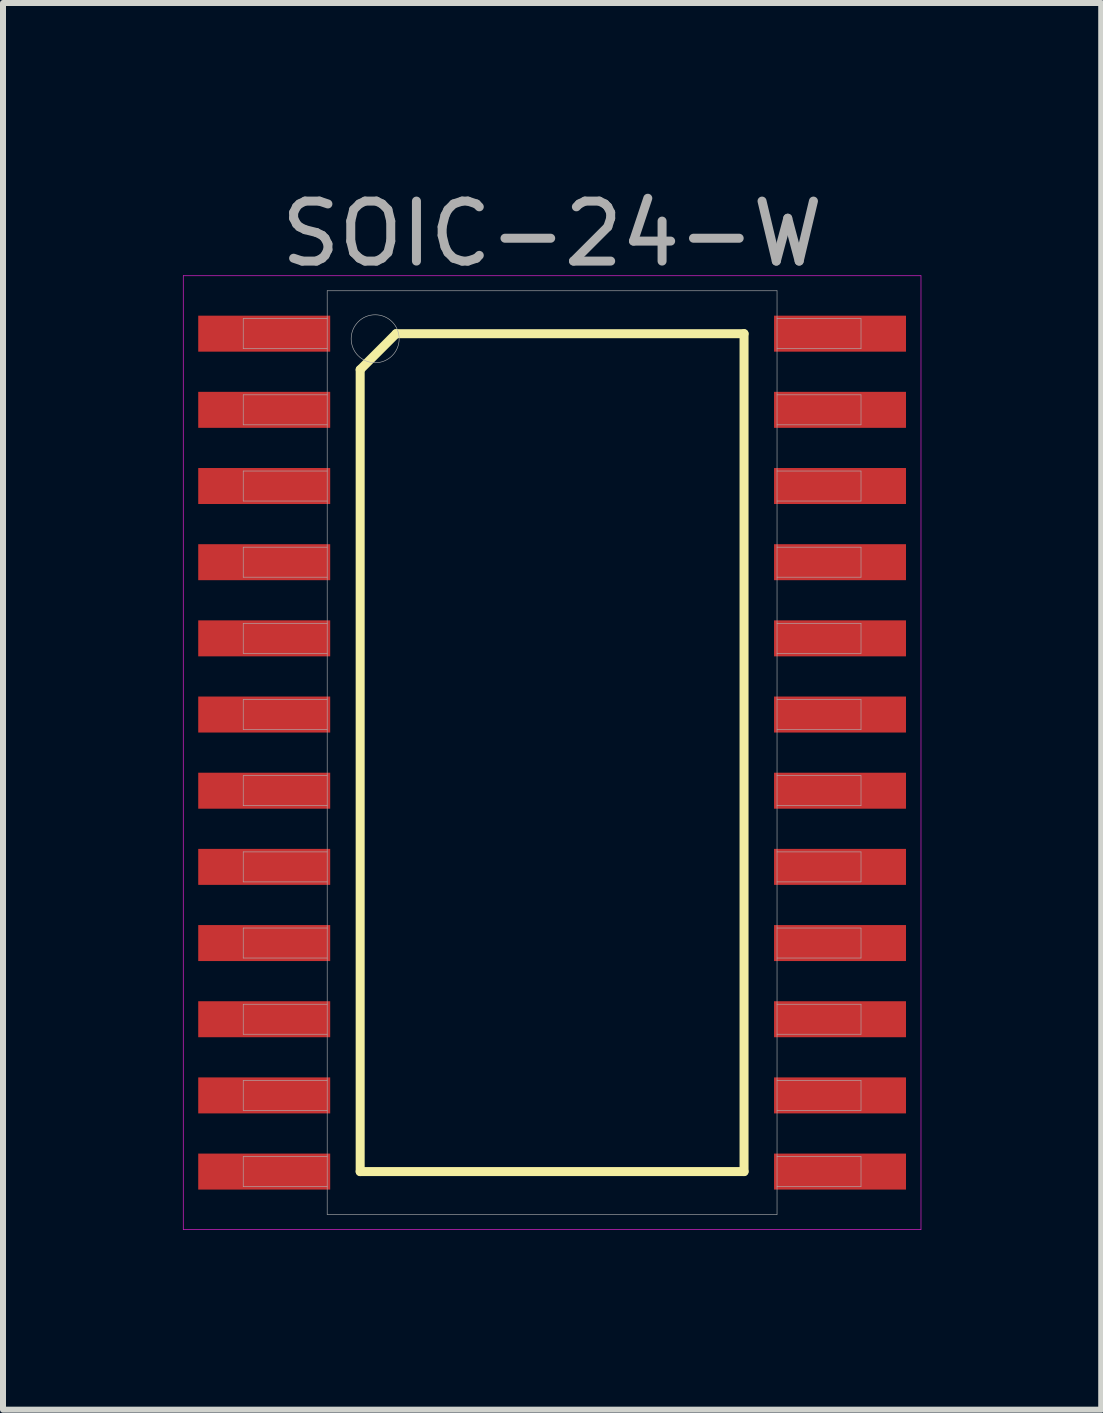
<source format=kicad_pcb>
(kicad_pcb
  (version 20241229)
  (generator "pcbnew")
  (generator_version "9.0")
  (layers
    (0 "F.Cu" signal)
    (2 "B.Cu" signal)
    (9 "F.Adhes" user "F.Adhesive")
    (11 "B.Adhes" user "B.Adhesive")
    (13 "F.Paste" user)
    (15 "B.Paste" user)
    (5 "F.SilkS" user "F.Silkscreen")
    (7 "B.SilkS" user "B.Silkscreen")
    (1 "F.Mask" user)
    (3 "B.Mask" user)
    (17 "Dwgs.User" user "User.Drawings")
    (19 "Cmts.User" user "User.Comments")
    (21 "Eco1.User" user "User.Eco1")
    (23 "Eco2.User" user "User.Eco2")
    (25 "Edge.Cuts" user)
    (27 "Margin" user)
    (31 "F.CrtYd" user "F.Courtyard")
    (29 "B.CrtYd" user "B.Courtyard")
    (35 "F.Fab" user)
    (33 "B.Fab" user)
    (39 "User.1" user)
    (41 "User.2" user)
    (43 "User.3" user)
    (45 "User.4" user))
  (footprint "SOIC-24-W"
    (layer "F.Cu")
    (at 6.155 9.498)
    (property "Reference" "SOIC-24-W" (at 0 -8.65 0) (layer "F.Fab") (effects (font (size 1 1) (thickness 0.15))))
    (attr through_hole)
    (fp_line (start -3.2 -6.385) (end -2.6 -6.985) (stroke (width 0.15) (type solid)) (layer "F.SilkS"))
    (fp_line (start -3.2 6.985) (end -3.2 -6.385) (stroke (width 0.15) (type solid)) (layer "F.SilkS"))
    (fp_line (start -2.6 -6.985) (end 3.2 -6.985) (stroke (width 0.15) (type solid)) (layer "F.SilkS"))
    (fp_line (start 3.2 -6.985) (end 3.2 6.985) (stroke (width 0.15) (type solid)) (layer "F.SilkS"))
    (fp_line (start 3.2 6.985) (end -3.2 6.985) (stroke (width 0.15) (type solid)) (layer "F.SilkS"))
    (fp_line (start -6.15 -7.95) (end 6.15 -7.95) (stroke (width 0.01) (type solid)) (layer "F.CrtYd"))
    (fp_line (start -6.15 7.95) (end -6.15 -7.95) (stroke (width 0.01) (type solid)) (layer "F.CrtYd"))
    (fp_line (start 6.15 -7.95) (end 6.15 7.95) (stroke (width 0.01) (type solid)) (layer "F.CrtYd"))
    (fp_line (start 6.15 7.95) (end -6.15 7.95) (stroke (width 0.01) (type solid)) (layer "F.CrtYd"))
    (fp_line (start -5.15 -7.235) (end -3.75 -7.235) (stroke (width 0.01) (type solid)) (layer "F.Fab"))
    (fp_line (start -5.15 -6.735) (end -5.15 -7.235) (stroke (width 0.01) (type solid)) (layer "F.Fab"))
    (fp_line (start -5.15 -5.965) (end -3.75 -5.965) (stroke (width 0.01) (type solid)) (layer "F.Fab"))
    (fp_line (start -5.15 -5.465) (end -5.15 -5.965) (stroke (width 0.01) (type solid)) (layer "F.Fab"))
    (fp_line (start -5.15 -4.695) (end -3.75 -4.695) (stroke (width 0.01) (type solid)) (layer "F.Fab"))
    (fp_line (start -5.15 -4.195) (end -5.15 -4.695) (stroke (width 0.01) (type solid)) (layer "F.Fab"))
    (fp_line (start -5.15 -3.425) (end -3.75 -3.425) (stroke (width 0.01) (type solid)) (layer "F.Fab"))
    (fp_line (start -5.15 -2.925) (end -5.15 -3.425) (stroke (width 0.01) (type solid)) (layer "F.Fab"))
    (fp_line (start -5.15 -2.155) (end -3.75 -2.155) (stroke (width 0.01) (type solid)) (layer "F.Fab"))
    (fp_line (start -5.15 -1.655) (end -5.15 -2.155) (stroke (width 0.01) (type solid)) (layer "F.Fab"))
    (fp_line (start -5.15 -0.885) (end -3.75 -0.885) (stroke (width 0.01) (type solid)) (layer "F.Fab"))
    (fp_line (start -5.15 -0.385) (end -5.15 -0.885) (stroke (width 0.01) (type solid)) (layer "F.Fab"))
    (fp_line (start -5.15 0.385) (end -3.75 0.385) (stroke (width 0.01) (type solid)) (layer "F.Fab"))
    (fp_line (start -5.15 0.885) (end -5.15 0.385) (stroke (width 0.01) (type solid)) (layer "F.Fab"))
    (fp_line (start -5.15 1.655) (end -3.75 1.655) (stroke (width 0.01) (type solid)) (layer "F.Fab"))
    (fp_line (start -5.15 2.155) (end -5.15 1.655) (stroke (width 0.01) (type solid)) (layer "F.Fab"))
    (fp_line (start -5.15 2.925) (end -3.75 2.925) (stroke (width 0.01) (type solid)) (layer "F.Fab"))
    (fp_line (start -5.15 3.425) (end -5.15 2.925) (stroke (width 0.01) (type solid)) (layer "F.Fab"))
    (fp_line (start -5.15 4.195) (end -3.75 4.195) (stroke (width 0.01) (type solid)) (layer "F.Fab"))
    (fp_line (start -5.15 4.695) (end -5.15 4.195) (stroke (width 0.01) (type solid)) (layer "F.Fab"))
    (fp_line (start -5.15 5.465) (end -3.75 5.465) (stroke (width 0.01) (type solid)) (layer "F.Fab"))
    (fp_line (start -5.15 5.965) (end -5.15 5.465) (stroke (width 0.01) (type solid)) (layer "F.Fab"))
    (fp_line (start -5.15 6.735) (end -3.75 6.735) (stroke (width 0.01) (type solid)) (layer "F.Fab"))
    (fp_line (start -5.15 7.235) (end -5.15 6.735) (stroke (width 0.01) (type solid)) (layer "F.Fab"))
    (fp_line (start -3.75 -7.7) (end 3.75 -7.7) (stroke (width 0.01) (type solid)) (layer "F.Fab"))
    (fp_line (start -3.75 -6.735) (end -5.15 -6.735) (stroke (width 0.01) (type solid)) (layer "F.Fab"))
    (fp_line (start -3.75 -5.465) (end -5.15 -5.465) (stroke (width 0.01) (type solid)) (layer "F.Fab"))
    (fp_line (start -3.75 -4.195) (end -5.15 -4.195) (stroke (width 0.01) (type solid)) (layer "F.Fab"))
    (fp_line (start -3.75 -2.925) (end -5.15 -2.925) (stroke (width 0.01) (type solid)) (layer "F.Fab"))
    (fp_line (start -3.75 -1.655) (end -5.15 -1.655) (stroke (width 0.01) (type solid)) (layer "F.Fab"))
    (fp_line (start -3.75 -0.385) (end -5.15 -0.385) (stroke (width 0.01) (type solid)) (layer "F.Fab"))
    (fp_line (start -3.75 0.885) (end -5.15 0.885) (stroke (width 0.01) (type solid)) (layer "F.Fab"))
    (fp_line (start -3.75 2.155) (end -5.15 2.155) (stroke (width 0.01) (type solid)) (layer "F.Fab"))
    (fp_line (start -3.75 3.425) (end -5.15 3.425) (stroke (width 0.01) (type solid)) (layer "F.Fab"))
    (fp_line (start -3.75 4.695) (end -5.15 4.695) (stroke (width 0.01) (type solid)) (layer "F.Fab"))
    (fp_line (start -3.75 5.965) (end -5.15 5.965) (stroke (width 0.01) (type solid)) (layer "F.Fab"))
    (fp_line (start -3.75 7.235) (end -5.15 7.235) (stroke (width 0.01) (type solid)) (layer "F.Fab"))
    (fp_line (start -3.75 7.7) (end -3.75 -7.7) (stroke (width 0.01) (type solid)) (layer "F.Fab"))
    (fp_line (start 3.75 -7.7) (end 3.75 7.7) (stroke (width 0.01) (type solid)) (layer "F.Fab"))
    (fp_line (start 3.75 -7.235) (end 5.15 -7.235) (stroke (width 0.01) (type solid)) (layer "F.Fab"))
    (fp_line (start 3.75 -5.965) (end 5.15 -5.965) (stroke (width 0.01) (type solid)) (layer "F.Fab"))
    (fp_line (start 3.75 -4.695) (end 5.15 -4.695) (stroke (width 0.01) (type solid)) (layer "F.Fab"))
    (fp_line (start 3.75 -3.425) (end 5.15 -3.425) (stroke (width 0.01) (type solid)) (layer "F.Fab"))
    (fp_line (start 3.75 -2.155) (end 5.15 -2.155) (stroke (width 0.01) (type solid)) (layer "F.Fab"))
    (fp_line (start 3.75 -0.885) (end 5.15 -0.885) (stroke (width 0.01) (type solid)) (layer "F.Fab"))
    (fp_line (start 3.75 0.385) (end 5.15 0.385) (stroke (width 0.01) (type solid)) (layer "F.Fab"))
    (fp_line (start 3.75 1.655) (end 5.15 1.655) (stroke (width 0.01) (type solid)) (layer "F.Fab"))
    (fp_line (start 3.75 2.925) (end 5.15 2.925) (stroke (width 0.01) (type solid)) (layer "F.Fab"))
    (fp_line (start 3.75 4.195) (end 5.15 4.195) (stroke (width 0.01) (type solid)) (layer "F.Fab"))
    (fp_line (start 3.75 5.465) (end 5.15 5.465) (stroke (width 0.01) (type solid)) (layer "F.Fab"))
    (fp_line (start 3.75 6.735) (end 5.15 6.735) (stroke (width 0.01) (type solid)) (layer "F.Fab"))
    (fp_line (start 3.75 7.7) (end -3.75 7.7) (stroke (width 0.01) (type solid)) (layer "F.Fab"))
    (fp_line (start 5.15 -7.235) (end 5.15 -6.735) (stroke (width 0.01) (type solid)) (layer "F.Fab"))
    (fp_line (start 5.15 -6.735) (end 3.75 -6.735) (stroke (width 0.01) (type solid)) (layer "F.Fab"))
    (fp_line (start 5.15 -5.965) (end 5.15 -5.465) (stroke (width 0.01) (type solid)) (layer "F.Fab"))
    (fp_line (start 5.15 -5.465) (end 3.75 -5.465) (stroke (width 0.01) (type solid)) (layer "F.Fab"))
    (fp_line (start 5.15 -4.695) (end 5.15 -4.195) (stroke (width 0.01) (type solid)) (layer "F.Fab"))
    (fp_line (start 5.15 -4.195) (end 3.75 -4.195) (stroke (width 0.01) (type solid)) (layer "F.Fab"))
    (fp_line (start 5.15 -3.425) (end 5.15 -2.925) (stroke (width 0.01) (type solid)) (layer "F.Fab"))
    (fp_line (start 5.15 -2.925) (end 3.75 -2.925) (stroke (width 0.01) (type solid)) (layer "F.Fab"))
    (fp_line (start 5.15 -2.155) (end 5.15 -1.655) (stroke (width 0.01) (type solid)) (layer "F.Fab"))
    (fp_line (start 5.15 -1.655) (end 3.75 -1.655) (stroke (width 0.01) (type solid)) (layer "F.Fab"))
    (fp_line (start 5.15 -0.885) (end 5.15 -0.385) (stroke (width 0.01) (type solid)) (layer "F.Fab"))
    (fp_line (start 5.15 -0.385) (end 3.75 -0.385) (stroke (width 0.01) (type solid)) (layer "F.Fab"))
    (fp_line (start 5.15 0.385) (end 5.15 0.885) (stroke (width 0.01) (type solid)) (layer "F.Fab"))
    (fp_line (start 5.15 0.885) (end 3.75 0.885) (stroke (width 0.01) (type solid)) (layer "F.Fab"))
    (fp_line (start 5.15 1.655) (end 5.15 2.155) (stroke (width 0.01) (type solid)) (layer "F.Fab"))
    (fp_line (start 5.15 2.155) (end 3.75 2.155) (stroke (width 0.01) (type solid)) (layer "F.Fab"))
    (fp_line (start 5.15 2.925) (end 5.15 3.425) (stroke (width 0.01) (type solid)) (layer "F.Fab"))
    (fp_line (start 5.15 3.425) (end 3.75 3.425) (stroke (width 0.01) (type solid)) (layer "F.Fab"))
    (fp_line (start 5.15 4.195) (end 5.15 4.695) (stroke (width 0.01) (type solid)) (layer "F.Fab"))
    (fp_line (start 5.15 4.695) (end 3.75 4.695) (stroke (width 0.01) (type solid)) (layer "F.Fab"))
    (fp_line (start 5.15 5.465) (end 5.15 5.965) (stroke (width 0.01) (type solid)) (layer "F.Fab"))
    (fp_line (start 5.15 5.965) (end 3.75 5.965) (stroke (width 0.01) (type solid)) (layer "F.Fab"))
    (fp_line (start 5.15 6.735) (end 5.15 7.235) (stroke (width 0.01) (type solid)) (layer "F.Fab"))
    (fp_line (start 5.15 7.235) (end 3.75 7.235) (stroke (width 0.01) (type solid)) (layer "F.Fab"))
    (fp_circle (center -2.95 -6.9) (end -2.95 -6.5) (stroke (width 0.01) (type solid)) (fill no) (layer "F.Fab"))
    (pad "1" smd rect (at -4.8 -6.985) (size 2.2 0.6) (layers "F.Cu" "F.Mask" "F.Paste"))
    (pad "2" smd rect (at -4.8 -5.715) (size 2.2 0.6) (layers "F.Cu" "F.Mask" "F.Paste"))
    (pad "3" smd rect (at -4.8 -4.445) (size 2.2 0.6) (layers "F.Cu" "F.Mask" "F.Paste"))
    (pad "4" smd rect (at -4.8 -3.175) (size 2.2 0.6) (layers "F.Cu" "F.Mask" "F.Paste"))
    (pad "5" smd rect (at -4.8 -1.905) (size 2.2 0.6) (layers "F.Cu" "F.Mask" "F.Paste"))
    (pad "6" smd rect (at -4.8 -0.635) (size 2.2 0.6) (layers "F.Cu" "F.Mask" "F.Paste"))
    (pad "7" smd rect (at -4.8 0.635) (size 2.2 0.6) (layers "F.Cu" "F.Mask" "F.Paste"))
    (pad "8" smd rect (at -4.8 1.905) (size 2.2 0.6) (layers "F.Cu" "F.Mask" "F.Paste"))
    (pad "9" smd rect (at -4.8 3.175) (size 2.2 0.6) (layers "F.Cu" "F.Mask" "F.Paste"))
    (pad "10" smd rect (at -4.8 4.445) (size 2.2 0.6) (layers "F.Cu" "F.Mask" "F.Paste"))
    (pad "11" smd rect (at -4.8 5.715) (size 2.2 0.6) (layers "F.Cu" "F.Mask" "F.Paste"))
    (pad "12" smd rect (at -4.8 6.985) (size 2.2 0.6) (layers "F.Cu" "F.Mask" "F.Paste"))
    (pad "13" smd rect (at 4.8 6.985) (size 2.2 0.6) (layers "F.Cu" "F.Mask" "F.Paste"))
    (pad "14" smd rect (at 4.8 5.715) (size 2.2 0.6) (layers "F.Cu" "F.Mask" "F.Paste"))
    (pad "15" smd rect (at 4.8 4.445) (size 2.2 0.6) (layers "F.Cu" "F.Mask" "F.Paste"))
    (pad "16" smd rect (at 4.8 3.175) (size 2.2 0.6) (layers "F.Cu" "F.Mask" "F.Paste"))
    (pad "17" smd rect (at 4.8 1.905) (size 2.2 0.6) (layers "F.Cu" "F.Mask" "F.Paste"))
    (pad "18" smd rect (at 4.8 0.635) (size 2.2 0.6) (layers "F.Cu" "F.Mask" "F.Paste"))
    (pad "19" smd rect (at 4.8 -0.635) (size 2.2 0.6) (layers "F.Cu" "F.Mask" "F.Paste"))
    (pad "20" smd rect (at 4.8 -1.905) (size 2.2 0.6) (layers "F.Cu" "F.Mask" "F.Paste"))
    (pad "21" smd rect (at 4.8 -3.175) (size 2.2 0.6) (layers "F.Cu" "F.Mask" "F.Paste"))
    (pad "22" smd rect (at 4.8 -4.445) (size 2.2 0.6) (layers "F.Cu" "F.Mask" "F.Paste"))
    (pad "23" smd rect (at 4.8 -5.715) (size 2.2 0.6) (layers "F.Cu" "F.Mask" "F.Paste"))
    (pad "24" smd rect (at 4.8 -6.985) (size 2.2 0.6) (layers "F.Cu" "F.Mask" "F.Paste")))
  (gr_rect
    (start -3 -3)
    (end 15.31 20.453)
    (stroke (width 0.1) (type default))
    (fill no)
    (layer "Edge.Cuts")))
</source>
